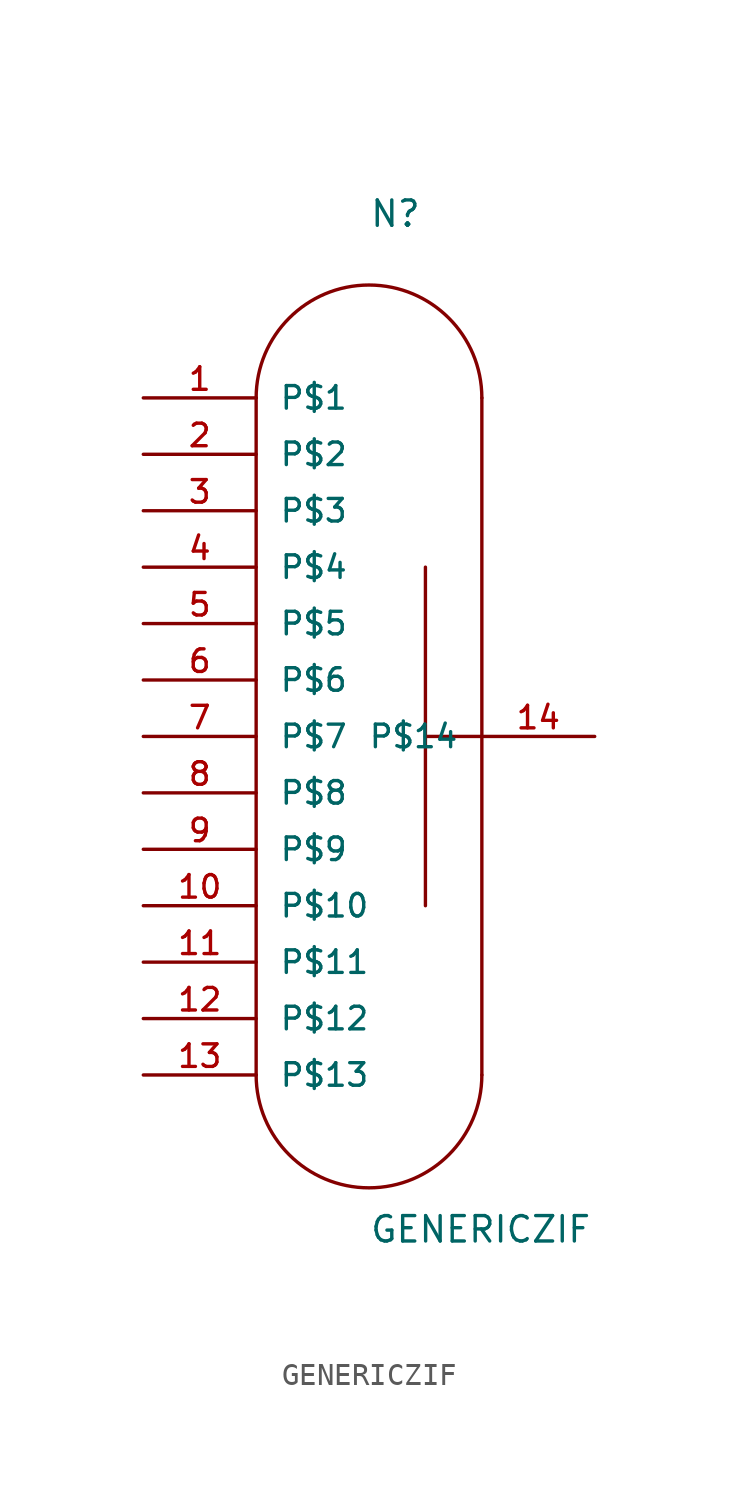
<source format=kicad_sym>
(kicad_symbol_lib
  (version 20241209)
  (generator "kicad_symbol_editor")
  (generator_version "9.0")
  (symbol "GENERICZIF"
    (pin_names
      (offset 1.016))
    (property "Reference" "N"
      (at 0 22.86 0)
      (effects (font (size 1.143 1.143)) (justify left bottom)))
    (property "Value" "GENERICZIF"
      (at 0 -22.86 0)
      (effects (font (size 1.143 1.143)) (justify left bottom)))
    (property "ki_locked" ""
      (at 0 0 0)
      (effects (font (size 1.27 1.27))))
    (symbol "GENERICZIF_1_0"
      (polyline (pts (xy -5.08 15.24) (xy -5.08 -15.24)) (stroke (width 0) (type default)) (fill (type none)))
      (polyline (pts (xy 2.54 7.62) (xy 2.54 0)) (stroke (width 0) (type default)) (fill (type none)))
      (polyline (pts (xy 2.54 0) (xy 2.54 -7.62)) (stroke (width 0) (type default)) (fill (type none)))
      (polyline (pts (xy 5.08 15.24) (xy 5.08 0)) (stroke (width 0) (type default)) (fill (type none)))
      (polyline (pts (xy 5.08 0) (xy 2.54 0)) (stroke (width 0) (type default)) (fill (type none)))
      (polyline (pts (xy 5.08 0) (xy 5.08 -15.24)) (stroke (width 0) (type default)) (fill (type none))))
    (symbol "GENERICZIF_1_1"
      (arc (start -5.08 15.24) (mid 0 20.2978) (end 5.08 15.24) (stroke (width 0) (type default)) (fill (type none)))
      (arc (start 5.08 -15.24) (mid 0 -20.2978) (end -5.08 -15.24) (stroke (width 0) (type default)) (fill (type none)))
      (pin passive line (at -10.16 15.24 0) (length 5.08) (name "P$1" (effects (font (size 1.016 1.016)))) (number "1" (effects (font (size 1.016 1.016)))))
      (pin passive line (at -10.16 12.7 0) (length 5.08) (name "P$2" (effects (font (size 1.016 1.016)))) (number "2" (effects (font (size 1.016 1.016)))))
      (pin passive line (at -10.16 10.16 0) (length 5.08) (name "P$3" (effects (font (size 1.016 1.016)))) (number "3" (effects (font (size 1.016 1.016)))))
      (pin passive line (at -10.16 7.62 0) (length 5.08) (name "P$4" (effects (font (size 1.016 1.016)))) (number "4" (effects (font (size 1.016 1.016)))))
      (pin passive line (at -10.16 5.08 0) (length 5.08) (name "P$5" (effects (font (size 1.016 1.016)))) (number "5" (effects (font (size 1.016 1.016)))))
      (pin passive line (at -10.16 2.54 0) (length 5.08) (name "P$6" (effects (font (size 1.016 1.016)))) (number "6" (effects (font (size 1.016 1.016)))))
      (pin passive line (at -10.16 0 0) (length 5.08) (name "P$7" (effects (font (size 1.016 1.016)))) (number "7" (effects (font (size 1.016 1.016)))))
      (pin passive line (at -10.16 -2.54 0) (length 5.08) (name "P$8" (effects (font (size 1.016 1.016)))) (number "8" (effects (font (size 1.016 1.016)))))
      (pin passive line (at -10.16 -5.08 0) (length 5.08) (name "P$9" (effects (font (size 1.016 1.016)))) (number "9" (effects (font (size 1.016 1.016)))))
      (pin passive line (at -10.16 -7.62 0) (length 5.08) (name "P$10" (effects (font (size 1.016 1.016)))) (number "10" (effects (font (size 1.016 1.016)))))
      (pin passive line (at -10.16 -10.16 0) (length 5.08) (name "P$11" (effects (font (size 1.016 1.016)))) (number "11" (effects (font (size 1.016 1.016)))))
      (pin passive line (at -10.16 -12.7 0) (length 5.08) (name "P$12" (effects (font (size 1.016 1.016)))) (number "12" (effects (font (size 1.016 1.016)))))
      (pin passive line (at -10.16 -15.24 0) (length 5.08) (name "P$13" (effects (font (size 1.016 1.016)))) (number "13" (effects (font (size 1.016 1.016)))))
      (pin passive line (at 10.16 0 180) (length 5.08) (name "P$14" (effects (font (size 1.016 1.016)))) (number "14" (effects (font (size 1.016 1.016))))))))
</source>
